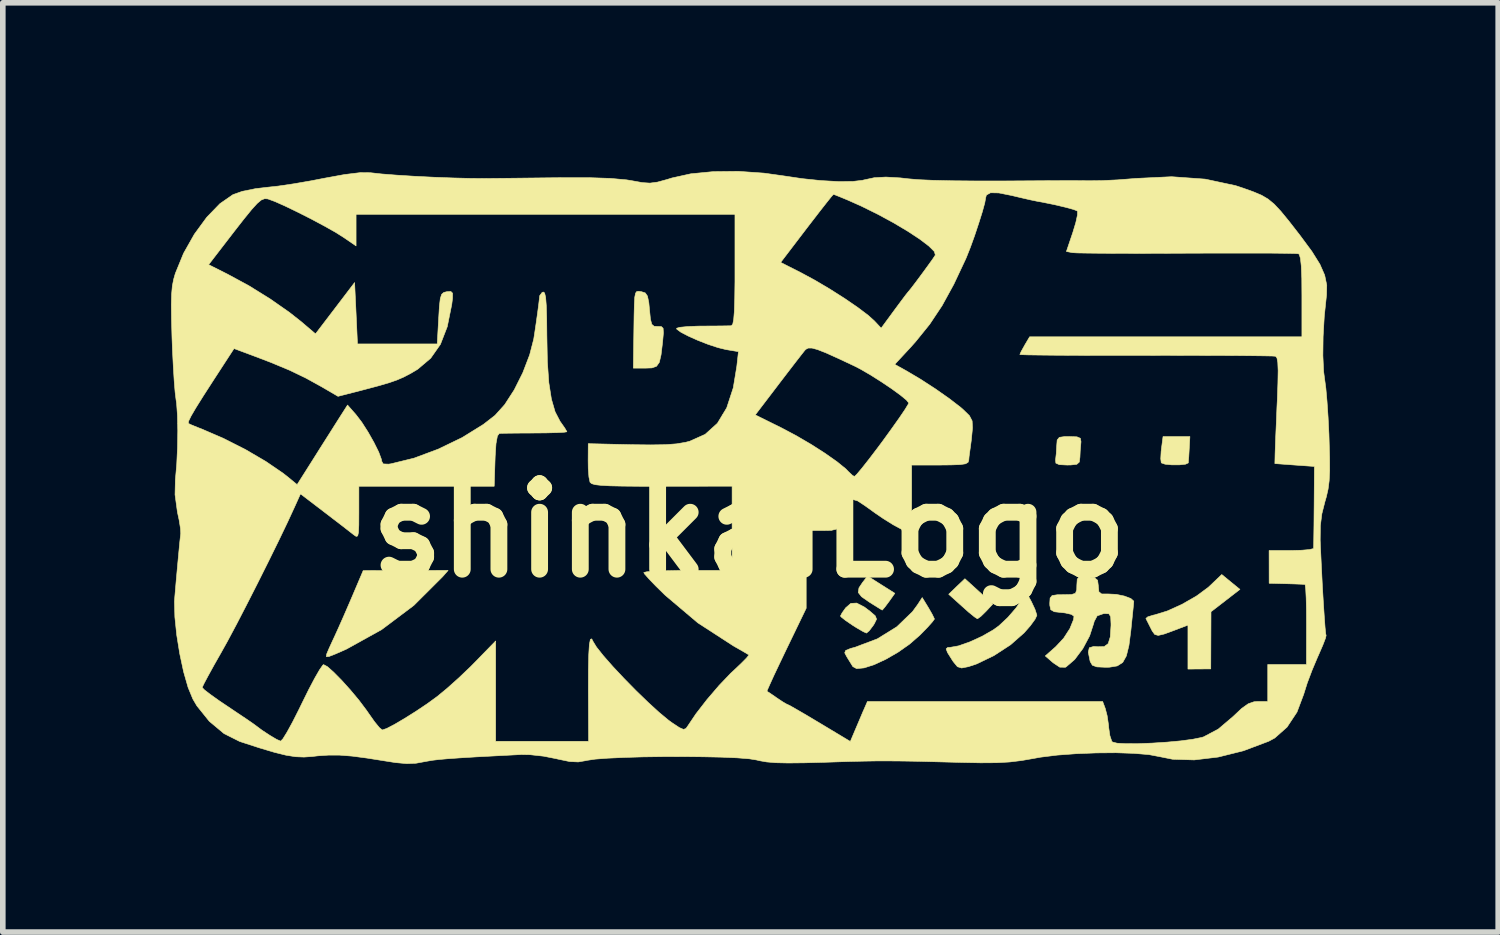
<source format=kicad_pcb>
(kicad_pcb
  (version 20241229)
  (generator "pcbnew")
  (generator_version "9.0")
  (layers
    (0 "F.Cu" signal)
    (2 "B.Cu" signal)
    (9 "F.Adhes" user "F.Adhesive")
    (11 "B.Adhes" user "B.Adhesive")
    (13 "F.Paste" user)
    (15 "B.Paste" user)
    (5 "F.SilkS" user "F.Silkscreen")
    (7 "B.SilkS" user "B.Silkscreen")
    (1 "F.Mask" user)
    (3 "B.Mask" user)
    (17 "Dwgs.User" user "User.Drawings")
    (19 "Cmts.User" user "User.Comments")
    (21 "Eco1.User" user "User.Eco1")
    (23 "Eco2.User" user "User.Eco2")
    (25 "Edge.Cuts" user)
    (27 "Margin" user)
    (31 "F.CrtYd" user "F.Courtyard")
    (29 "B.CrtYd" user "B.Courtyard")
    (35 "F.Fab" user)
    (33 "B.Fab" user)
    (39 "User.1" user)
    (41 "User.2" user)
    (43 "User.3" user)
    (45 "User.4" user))
  (footprint "shinkaiLogo"
    (layer "F.Cu")
    (at 10.309 6.41)
    (property "Reference" "shinkaiLogo" (at 0 0 0) (layer "F.SilkS") (effects (font (size 1.524 1.524) (thickness 0.3))))
    (attr through_hole)
    (fp_poly (pts (xy 4.095 1.085) (xy 4.343 1.311) (xy 4.22 1.443) (xy 4.131 1.53) (xy 4.072 1.572) (xy 4.068 1.573) (xy 4.018 1.541) (xy 3.916 1.458) (xy 3.798 1.353) (xy 3.557 1.136) (xy 3.701 0.997) (xy 3.846 0.859) (xy 4.095 1.085)) (stroke (width 0.01) (type solid)) (fill yes) (layer "F.SilkS"))
    (fp_poly (pts (xy 2.353 0.965) (xy 2.597 1.119) (xy 2.489 1.271) (xy 2.416 1.368) (xy 2.374 1.417) (xy 2.371 1.418) (xy 2.327 1.392) (xy 2.224 1.328) (xy 2.146 1.279) (xy 2.004 1.181) (xy 1.944 1.104) (xy 1.957 1.022) (xy 2.021 0.926) (xy 2.11 0.811) (xy 2.353 0.965)) (stroke (width 0.01) (type solid)) (fill yes) (layer "F.SilkS"))
    (fp_poly (pts (xy 7.846 -1.46) (xy 7.838 -1.318) (xy 7.83 -1.222) (xy 7.829 -1.206) (xy 7.78 -1.183) (xy 7.67 -1.171) (xy 7.535 -1.171) (xy 7.415 -1.183) (xy 7.349 -1.206) (xy 7.347 -1.209) (xy 7.338 -1.28) (xy 7.345 -1.411) (xy 7.351 -1.463) (xy 7.379 -1.676) (xy 7.858 -1.676) (xy 7.846 -1.46)) (stroke (width 0.01) (type solid)) (fill yes) (layer "F.SilkS"))
    (fp_poly (pts (xy -5.466 0.822) (xy -5.98 1.335) (xy -6.555 1.767) (xy -7.183 2.115) (xy -7.376 2.2) (xy -7.493 2.246) (xy -7.54 2.249) (xy -7.536 2.21) (xy -7.532 2.197) (xy -7.493 2.105) (xy -7.428 1.963) (xy -7.391 1.884) (xy -7.322 1.732) (xy -7.229 1.522) (xy -7.128 1.289) (xy -7.082 1.182) (xy -6.883 0.714) (xy -6.126 0.712) (xy -5.369 0.711) (xy -5.466 0.822)) (stroke (width 0.01) (type solid)) (fill yes) (layer "F.SilkS"))
    (fp_poly (pts (xy 2.055 1.365) (xy 2.153 1.439) (xy 2.247 1.52) (xy 2.271 1.58) (xy 2.232 1.66) (xy 2.211 1.693) (xy 2.14 1.787) (xy 2.091 1.828) (xy 2.09 1.828) (xy 2.032 1.802) (xy 1.92 1.737) (xy 1.842 1.688) (xy 1.719 1.604) (xy 1.641 1.542) (xy 1.627 1.524) (xy 1.655 1.47) (xy 1.72 1.378) (xy 1.811 1.299) (xy 1.916 1.293) (xy 2.055 1.365)) (stroke (width 0.01) (type solid)) (fill yes) (layer "F.SilkS"))
    (fp_poly (pts (xy 5.844 -1.671) (xy 5.905 -1.645) (xy 5.916 -1.584) (xy 5.914 -1.562) (xy 5.902 -1.42) (xy 5.897 -1.308) (xy 5.886 -1.221) (xy 5.841 -1.181) (xy 5.734 -1.169) (xy 5.669 -1.168) (xy 5.529 -1.175) (xy 5.468 -1.202) (xy 5.462 -1.257) (xy 5.475 -1.371) (xy 5.483 -1.511) (xy 5.491 -1.614) (xy 5.53 -1.662) (xy 5.627 -1.676) (xy 5.707 -1.676) (xy 5.844 -1.671)) (stroke (width 0.01) (type solid)) (fill yes) (layer "F.SilkS"))
    (fp_poly (pts (xy 8.588 0.917) (xy 8.75 1.049) (xy 8.492 1.249) (xy 8.234 1.448) (xy 8.232 1.958) (xy 8.23 2.467) (xy 7.823 2.47) (xy 7.823 1.686) (xy 7.569 1.783) (xy 7.396 1.846) (xy 7.293 1.87) (xy 7.231 1.853) (xy 7.186 1.791) (xy 7.16 1.74) (xy 7.105 1.631) (xy 7.073 1.568) (xy 7.106 1.539) (xy 7.206 1.508) (xy 7.224 1.505) (xy 7.453 1.435) (xy 7.716 1.316) (xy 7.973 1.169) (xy 8.185 1.013) (xy 8.217 0.983) (xy 8.426 0.784) (xy 8.588 0.917)) (stroke (width 0.01) (type solid)) (fill yes) (layer "F.SilkS"))
    (fp_poly (pts (xy 3.193 1.372) (xy 3.261 1.49) (xy 3.299 1.568) (xy 3.302 1.579) (xy 3.268 1.626) (xy 3.181 1.724) (xy 3.056 1.852) (xy 3.042 1.866) (xy 2.861 2.024) (xy 2.653 2.17) (xy 2.436 2.295) (xy 2.229 2.391) (xy 2.049 2.449) (xy 1.915 2.462) (xy 1.848 2.426) (xy 1.792 2.335) (xy 1.74 2.251) (xy 1.703 2.181) (xy 1.72 2.138) (xy 1.809 2.102) (xy 1.887 2.081) (xy 2.285 1.931) (xy 2.632 1.716) (xy 2.911 1.447) (xy 3.003 1.321) (xy 3.085 1.195) (xy 3.193 1.372)) (stroke (width 0.01) (type solid)) (fill yes) (layer "F.SilkS"))
    (fp_poly (pts (xy -1.921 -4.259) (xy -1.918 -4.258) (xy -1.853 -4.237) (xy -1.814 -4.18) (xy -1.79 -4.064) (xy -1.778 -3.937) (xy -1.761 -3.768) (xy -1.737 -3.677) (xy -1.695 -3.642) (xy -1.633 -3.639) (xy -1.567 -3.637) (xy -1.535 -3.606) (xy -1.53 -3.523) (xy -1.544 -3.365) (xy -1.546 -3.347) (xy -1.572 -3.132) (xy -1.603 -2.999) (xy -1.653 -2.929) (xy -1.734 -2.9) (xy -1.851 -2.896) (xy -2.066 -2.896) (xy -2.057 -3.543) (xy -2.053 -3.83) (xy -2.048 -4.031) (xy -2.041 -4.16) (xy -2.027 -4.232) (xy -2.005 -4.262) (xy -1.971 -4.266) (xy -1.921 -4.259)) (stroke (width 0.01) (type solid)) (fill yes) (layer "F.SilkS"))
    (fp_poly (pts (xy 5.034 1.273) (xy 5.095 1.403) (xy 5.127 1.501) (xy 5.129 1.513) (xy 5.097 1.582) (xy 5.013 1.697) (xy 4.902 1.824) (xy 4.66 2.037) (xy 4.365 2.229) (xy 4.059 2.377) (xy 3.909 2.427) (xy 3.788 2.451) (xy 3.713 2.428) (xy 3.64 2.34) (xy 3.617 2.305) (xy 3.536 2.176) (xy 3.511 2.11) (xy 3.539 2.085) (xy 3.583 2.083) (xy 3.734 2.056) (xy 3.935 1.985) (xy 4.151 1.886) (xy 4.349 1.773) (xy 4.453 1.698) (xy 4.61 1.551) (xy 4.754 1.385) (xy 4.81 1.305) (xy 4.941 1.099) (xy 5.034 1.273)) (stroke (width 0.01) (type solid)) (fill yes) (layer "F.SilkS"))
    (fp_poly (pts (xy 6.032 0.822) (xy 6.158 0.841) (xy 6.212 0.886) (xy 6.225 0.985) (xy 6.225 0.991) (xy 6.235 1.092) (xy 6.284 1.131) (xy 6.402 1.131) (xy 6.403 1.131) (xy 6.544 1.138) (xy 6.689 1.168) (xy 6.805 1.212) (xy 6.857 1.259) (xy 6.857 1.263) (xy 6.852 1.325) (xy 6.838 1.463) (xy 6.818 1.655) (xy 6.806 1.775) (xy 6.771 2.048) (xy 6.725 2.235) (xy 6.66 2.352) (xy 6.563 2.414) (xy 6.423 2.437) (xy 6.348 2.438) (xy 6.198 2.431) (xy 6.119 2.402) (xy 6.081 2.338) (xy 6.077 2.324) (xy 6.046 2.17) (xy 6.064 2.09) (xy 6.142 2.067) (xy 6.216 2.072) (xy 6.33 2.069) (xy 6.401 2.016) (xy 6.438 1.897) (xy 6.451 1.696) (xy 6.451 1.66) (xy 6.445 1.535) (xy 6.413 1.484) (xy 6.333 1.48) (xy 6.314 1.483) (xy 6.205 1.521) (xy 6.151 1.621) (xy 6.144 1.651) (xy 6.07 1.878) (xy 5.949 2.105) (xy 5.803 2.3) (xy 5.652 2.43) (xy 5.638 2.438) (xy 5.537 2.436) (xy 5.42 2.358) (xy 5.279 2.236) (xy 5.466 2.071) (xy 5.606 1.921) (xy 5.718 1.748) (xy 5.783 1.588) (xy 5.791 1.529) (xy 5.746 1.495) (xy 5.632 1.469) (xy 5.575 1.463) (xy 5.44 1.448) (xy 5.377 1.412) (xy 5.36 1.335) (xy 5.359 1.295) (xy 5.365 1.204) (xy 5.401 1.159) (xy 5.494 1.145) (xy 5.601 1.144) (xy 5.746 1.141) (xy 5.817 1.119) (xy 5.84 1.058) (xy 5.842 0.976) (xy 5.849 0.866) (xy 5.888 0.822) (xy 5.991 0.819) (xy 6.032 0.822)) (stroke (width 0.01) (type solid)) (fill yes) (layer "F.SilkS"))
    (fp_poly (pts (xy 0.263 -6.373) (xy 0.599 -6.326) (xy 0.943 -6.275) (xy 1.279 -6.24) (xy 1.585 -6.223) (xy 1.839 -6.224) (xy 2.019 -6.245) (xy 2.038 -6.25) (xy 2.228 -6.291) (xy 2.436 -6.303) (xy 2.695 -6.288) (xy 2.845 -6.271) (xy 3.021 -6.256) (xy 3.275 -6.245) (xy 3.612 -6.237) (xy 4.034 -6.233) (xy 4.549 -6.233) (xy 5.159 -6.237) (xy 5.309 -6.238) (xy 5.567 -6.239) (xy 5.845 -6.239) (xy 6.071 -6.237) (xy 6.297 -6.24) (xy 6.57 -6.253) (xy 6.839 -6.274) (xy 6.883 -6.278) (xy 7.532 -6.309) (xy 8.131 -6.266) (xy 8.673 -6.15) (xy 8.812 -6.104) (xy 8.995 -6.038) (xy 9.135 -5.979) (xy 9.251 -5.911) (xy 9.36 -5.821) (xy 9.479 -5.694) (xy 9.624 -5.517) (xy 9.813 -5.274) (xy 9.825 -5.258) (xy 10.033 -4.977) (xy 10.176 -4.748) (xy 10.261 -4.554) (xy 10.298 -4.376) (xy 10.294 -4.196) (xy 10.292 -4.183) (xy 10.254 -3.821) (xy 10.233 -3.458) (xy 10.229 -3.121) (xy 10.242 -2.839) (xy 10.26 -2.702) (xy 10.282 -2.539) (xy 10.303 -2.302) (xy 10.322 -2.02) (xy 10.337 -1.719) (xy 10.34 -1.616) (xy 10.349 -1.302) (xy 10.35 -1.066) (xy 10.341 -0.886) (xy 10.322 -0.739) (xy 10.291 -0.602) (xy 10.265 -0.513) (xy 10.211 -0.3) (xy 10.184 -0.086) (xy 10.181 0.171) (xy 10.185 0.274) (xy 10.202 0.633) (xy 10.219 0.972) (xy 10.237 1.277) (xy 10.254 1.534) (xy 10.268 1.727) (xy 10.28 1.843) (xy 10.287 1.871) (xy 10.275 1.921) (xy 10.229 2.041) (xy 10.157 2.207) (xy 10.132 2.263) (xy 10.038 2.486) (xy 9.951 2.716) (xy 9.891 2.906) (xy 9.889 2.914) (xy 9.767 3.238) (xy 9.59 3.505) (xy 9.371 3.699) (xy 9.264 3.757) (xy 8.812 3.927) (xy 8.362 4.039) (xy 7.935 4.09) (xy 7.549 4.078) (xy 7.315 4.031) (xy 7.126 3.995) (xy 6.859 3.973) (xy 6.539 3.962) (xy 6.189 3.965) (xy 5.833 3.979) (xy 5.494 4.004) (xy 5.196 4.041) (xy 5.08 4.062) (xy 4.857 4.101) (xy 4.642 4.127) (xy 4.408 4.14) (xy 4.127 4.142) (xy 3.785 4.135) (xy 3.364 4.124) (xy 3.024 4.115) (xy 2.742 4.11) (xy 2.499 4.108) (xy 2.271 4.108) (xy 2.039 4.112) (xy 1.78 4.118) (xy 1.474 4.128) (xy 1.351 4.132) (xy 0.98 4.142) (xy 0.694 4.145) (xy 0.476 4.14) (xy 0.31 4.126) (xy 0.179 4.103) (xy 0.131 4.091) (xy 0.001 4.07) (xy -0.213 4.053) (xy -0.492 4.041) (xy -0.819 4.034) (xy -1.174 4.03) (xy -1.539 4.031) (xy -1.898 4.036) (xy -2.231 4.046) (xy -2.52 4.059) (xy -2.747 4.076) (xy -2.894 4.098) (xy -2.909 4.102) (xy -3.048 4.126) (xy -3.202 4.119) (xy -3.408 4.076) (xy -3.442 4.068) (xy -3.669 4.023) (xy -3.907 3.997) (xy -4.064 3.994) (xy -4.511 4.017) (xy -4.869 4.036) (xy -5.149 4.053) (xy -5.364 4.068) (xy -5.525 4.082) (xy -5.644 4.096) (xy -5.733 4.111) (xy -5.766 4.117) (xy -5.941 4.149) (xy -6.107 4.156) (xy -6.305 4.138) (xy -6.477 4.111) (xy -6.817 4.057) (xy -7.083 4.022) (xy -7.3 4.005) (xy -7.494 4.004) (xy -7.691 4.017) (xy -7.792 4.029) (xy -7.939 4.039) (xy -8.088 4.033) (xy -8.259 4.006) (xy -8.469 3.954) (xy -8.737 3.874) (xy -9.082 3.762) (xy -9.085 3.761) (xy -9.364 3.621) (xy -9.627 3.401) (xy -9.849 3.125) (xy -9.92 3.004) (xy -10.005 2.798) (xy -10.085 2.519) (xy -10.154 2.197) (xy -10.208 1.862) (xy -10.241 1.542) (xy -10.248 1.267) (xy -10.243 1.194) (xy -10.219 0.912) (xy -10.194 0.636) (xy -10.171 0.389) (xy -10.152 0.192) (xy -10.138 0.069) (xy -10.136 0.051) (xy -10.141 -0.037) (xy -10.165 -0.188) (xy -10.195 -0.326) (xy -10.238 -0.64) (xy -10.232 -0.905) (xy -10.208 -1.175) (xy -10.194 -1.476) (xy -10.189 -1.779) (xy -10.192 -1.911) (xy -10.001 -1.911) (xy -9.999 -1.909) (xy -9.946 -1.884) (xy -9.831 -1.837) (xy -9.768 -1.813) (xy -9.376 -1.644) (xy -8.983 -1.445) (xy -8.619 -1.232) (xy -8.313 -1.023) (xy -8.234 -0.961) (xy -8.061 -0.819) (xy -7.782 -1.26) (xy -7.641 -1.484) (xy -7.498 -1.709) (xy -7.376 -1.902) (xy -7.333 -1.97) (xy -7.162 -2.238) (xy -7.011 -2.066) (xy -6.908 -1.931) (xy -6.796 -1.756) (xy -6.691 -1.57) (xy -6.606 -1.399) (xy -6.559 -1.272) (xy -6.553 -1.236) (xy -6.526 -1.188) (xy -6.431 -1.184) (xy -6.388 -1.19) (xy -5.976 -1.291) (xy -5.542 -1.453) (xy -5.118 -1.658) (xy -4.739 -1.893) (xy -4.532 -2.054) (xy -4.36 -2.245) (xy -4.19 -2.508) (xy -4.037 -2.814) (xy -3.915 -3.132) (xy -3.842 -3.414) (xy -3.824 -3.531) (xy -3.799 -3.7) (xy -3.773 -3.885) (xy -3.751 -4.053) (xy -3.738 -4.166) (xy -3.736 -4.187) (xy -3.694 -4.244) (xy -3.672 -4.254) (xy -3.648 -4.236) (xy -3.63 -4.158) (xy -3.618 -4.008) (xy -3.611 -3.776) (xy -3.608 -3.471) (xy -3.599 -3.009) (xy -3.573 -2.637) (xy -3.527 -2.344) (xy -3.461 -2.117) (xy -3.372 -1.946) (xy -3.358 -1.927) (xy -3.287 -1.825) (xy -3.252 -1.765) (xy -3.251 -1.761) (xy -3.299 -1.753) (xy -3.427 -1.746) (xy -3.617 -1.741) (xy -3.823 -1.739) (xy -4.058 -1.738) (xy -4.258 -1.736) (xy -4.399 -1.734) (xy -4.456 -1.732) (xy -4.49 -1.686) (xy -4.515 -1.549) (xy -4.53 -1.318) (xy -4.532 -1.258) (xy -4.547 -0.79) (xy -5.753 -0.79) (xy -6.96 -0.79) (xy -6.96 -0.319) (xy -6.961 -0.101) (xy -6.967 0.033) (xy -6.981 0.096) (xy -7.008 0.105) (xy -7.048 0.078) (xy -7.125 0.018) (xy -7.261 -0.088) (xy -7.435 -0.221) (xy -7.569 -0.324) (xy -8.001 -0.654) (xy -8.097 -0.441) (xy -8.228 -0.157) (xy -8.391 0.183) (xy -8.575 0.557) (xy -8.769 0.945) (xy -8.962 1.324) (xy -9.143 1.674) (xy -9.302 1.972) (xy -9.419 2.182) (xy -9.543 2.4) (xy -9.646 2.587) (xy -9.719 2.724) (xy -9.753 2.795) (xy -9.754 2.799) (xy -9.714 2.841) (xy -9.606 2.924) (xy -9.449 3.036) (xy -9.309 3.13) (xy -9.12 3.257) (xy -8.96 3.364) (xy -8.85 3.44) (xy -8.814 3.466) (xy -8.688 3.56) (xy -8.548 3.652) (xy -8.427 3.724) (xy -8.355 3.755) (xy -8.354 3.755) (xy -8.314 3.713) (xy -8.241 3.595) (xy -8.143 3.416) (xy -8.03 3.193) (xy -7.973 3.076) (xy -7.855 2.837) (xy -7.748 2.634) (xy -7.661 2.483) (xy -7.604 2.401) (xy -7.59 2.39) (xy -7.522 2.426) (xy -7.41 2.525) (xy -7.268 2.669) (xy -7.112 2.842) (xy -6.959 3.025) (xy -6.826 3.202) (xy -6.783 3.264) (xy -6.68 3.41) (xy -6.594 3.515) (xy -6.543 3.556) (xy -6.542 3.556) (xy -6.463 3.529) (xy -6.323 3.456) (xy -6.142 3.349) (xy -5.94 3.222) (xy -5.74 3.088) (xy -5.563 2.959) (xy -5.388 2.815) (xy -5.179 2.628) (xy -4.971 2.43) (xy -4.889 2.347) (xy -4.521 1.969) (xy -4.521 3.759) (xy -2.864 3.759) (xy -2.868 2.845) (xy -2.867 2.478) (xy -2.861 2.209) (xy -2.85 2.031) (xy -2.832 1.94) (xy -2.808 1.931) (xy -2.786 1.975) (xy -2.723 2.078) (xy -2.6 2.233) (xy -2.431 2.425) (xy -2.232 2.637) (xy -2.018 2.855) (xy -1.804 3.062) (xy -1.605 3.244) (xy -1.436 3.384) (xy -1.375 3.428) (xy -1.245 3.514) (xy -1.171 3.546) (xy -1.127 3.529) (xy -1.097 3.487) (xy -0.949 3.267) (xy -0.753 3.014) (xy -0.626 2.866) (xy 0.317 2.866) (xy 0.363 2.895) (xy 0.461 2.962) (xy 0.493 2.985) (xy 0.602 3.057) (xy 0.671 3.097) (xy 0.678 3.099) (xy 0.728 3.123) (xy 0.847 3.191) (xy 1.019 3.291) (xy 1.225 3.414) (xy 1.252 3.43) (xy 1.803 3.761) (xy 1.895 3.544) (xy 1.966 3.377) (xy 2.031 3.223) (xy 2.047 3.188) (xy 2.108 3.048) (xy 6.302 3.048) (xy 6.348 3.17) (xy 6.382 3.3) (xy 6.407 3.469) (xy 6.41 3.513) (xy 6.431 3.657) (xy 6.464 3.755) (xy 6.477 3.771) (xy 6.56 3.792) (xy 6.721 3.801) (xy 6.938 3.8) (xy 7.188 3.79) (xy 7.448 3.773) (xy 7.697 3.75) (xy 7.912 3.721) (xy 8.069 3.689) (xy 8.102 3.679) (xy 8.363 3.541) (xy 8.626 3.318) (xy 8.781 3.172) (xy 8.898 3.089) (xy 9.001 3.053) (xy 9.071 3.048) (xy 9.246 3.048) (xy 9.246 2.388) (xy 9.936 2.388) (xy 9.937 1.676) (xy 9.936 1.42) (xy 9.931 1.205) (xy 9.923 1.047) (xy 9.913 0.967) (xy 9.909 0.961) (xy 9.847 0.957) (xy 9.714 0.952) (xy 9.576 0.948) (xy 9.271 0.94) (xy 9.27 0.356) (xy 9.664 0.356) (xy 9.851 0.351) (xy 9.991 0.339) (xy 10.06 0.322) (xy 10.063 0.318) (xy 10.065 0.255) (xy 10.067 0.111) (xy 10.07 -0.096) (xy 10.072 -0.346) (xy 10.073 -0.432) (xy 10.078 -1.143) (xy 9.726 -1.168) (xy 9.373 -1.194) (xy 9.377 -1.372) (xy 9.381 -1.485) (xy 9.388 -1.677) (xy 9.399 -1.923) (xy 9.41 -2.202) (xy 9.416 -2.319) (xy 9.427 -2.629) (xy 9.431 -2.851) (xy 9.425 -2.996) (xy 9.41 -3.077) (xy 9.386 -3.108) (xy 9.323 -3.112) (xy 9.169 -3.115) (xy 8.935 -3.118) (xy 8.631 -3.121) (xy 8.268 -3.122) (xy 7.857 -3.123) (xy 7.408 -3.124) (xy 7.074 -3.123) (xy 6.607 -3.123) (xy 6.173 -3.123) (xy 5.782 -3.124) (xy 5.444 -3.126) (xy 5.17 -3.129) (xy 4.969 -3.132) (xy 4.852 -3.136) (xy 4.826 -3.139) (xy 4.849 -3.192) (xy 4.906 -3.294) (xy 4.913 -3.307) (xy 5 -3.454) (xy 9.855 -3.454) (xy 9.855 -4.186) (xy 9.853 -4.496) (xy 9.844 -4.715) (xy 9.829 -4.854) (xy 9.807 -4.924) (xy 9.792 -4.936) (xy 9.728 -4.94) (xy 9.575 -4.943) (xy 9.342 -4.946) (xy 9.043 -4.947) (xy 8.688 -4.947) (xy 8.29 -4.947) (xy 7.858 -4.945) (xy 7.798 -4.945) (xy 7.361 -4.943) (xy 6.953 -4.942) (xy 6.586 -4.943) (xy 6.272 -4.944) (xy 6.023 -4.947) (xy 5.85 -4.95) (xy 5.765 -4.955) (xy 5.762 -4.955) (xy 5.656 -4.976) (xy 5.772 -5.32) (xy 5.824 -5.493) (xy 5.853 -5.627) (xy 5.854 -5.695) (xy 5.852 -5.697) (xy 5.784 -5.725) (xy 5.641 -5.764) (xy 5.447 -5.81) (xy 5.226 -5.855) (xy 5.131 -5.872) (xy 5.015 -5.896) (xy 4.841 -5.936) (xy 4.681 -5.974) (xy 4.451 -6.02) (xy 4.303 -6.023) (xy 4.229 -5.982) (xy 4.216 -5.932) (xy 4.2 -5.841) (xy 4.156 -5.681) (xy 4.092 -5.478) (xy 4.019 -5.258) (xy 3.943 -5.048) (xy 3.873 -4.872) (xy 3.862 -4.846) (xy 3.648 -4.391) (xy 3.439 -4.01) (xy 3.218 -3.678) (xy 2.969 -3.37) (xy 2.871 -3.26) (xy 2.595 -2.963) (xy 2.809 -2.844) (xy 3.057 -2.697) (xy 3.322 -2.525) (xy 3.571 -2.35) (xy 3.772 -2.195) (xy 3.814 -2.158) (xy 3.926 -2.049) (xy 3.975 -1.955) (xy 3.981 -1.831) (xy 3.976 -1.773) (xy 3.96 -1.61) (xy 3.942 -1.475) (xy 3.938 -1.448) (xy 3.92 -1.315) (xy 3.915 -1.257) (xy 3.903 -1.217) (xy 3.857 -1.19) (xy 3.761 -1.176) (xy 3.595 -1.17) (xy 3.404 -1.168) (xy 2.896 -1.168) (xy 2.896 -0.584) (xy 2.895 -0.333) (xy 2.89 -0.167) (xy 2.877 -0.068) (xy 2.855 -0.018) (xy 2.819 -0.002) (xy 2.79 0) (xy 2.706 -0.028) (xy 2.564 -0.105) (xy 2.385 -0.217) (xy 2.256 -0.305) (xy 2.061 -0.445) (xy 1.933 -0.529) (xy 1.85 -0.553) (xy 1.792 -0.513) (xy 1.738 -0.404) (xy 1.669 -0.224) (xy 1.655 -0.191) (xy 1.608 -0.082) (xy 1.554 -0.025) (xy 1.463 -0.003) (xy 1.303 -0.000001) (xy 1.298 0) (xy 1.016 0) (xy 1.016 1.386) (xy 0.66 2.123) (xy 0.541 2.372) (xy 0.44 2.585) (xy 0.366 2.748) (xy 0.323 2.845) (xy 0.317 2.866) (xy -0.626 2.866) (xy -0.538 2.763) (xy -0.332 2.547) (xy -0.28 2.499) (xy -0.145 2.371) (xy -0.048 2.273) (xy -0.006 2.221) (xy -0.006 2.217) (xy -0.057 2.186) (xy -0.17 2.121) (xy -0.279 2.059) (xy -0.916 1.646) (xy -1.495 1.156) (xy -1.509 1.143) (xy -1.665 0.99) (xy -1.788 0.862) (xy -1.864 0.776) (xy -1.88 0.749) (xy -1.832 0.736) (xy -1.699 0.725) (xy -1.5 0.717) (xy -1.251 0.712) (xy -1.092 0.711) (xy -0.305 0.711) (xy -0.305 -0.791) (xy -1.554 -0.789) (xy -1.95 -0.789) (xy -2.256 -0.792) (xy -2.483 -0.797) (xy -2.643 -0.806) (xy -2.748 -0.818) (xy -2.808 -0.836) (xy -2.837 -0.859) (xy -2.839 -0.864) (xy -2.858 -0.954) (xy -2.87 -1.107) (xy -2.872 -1.245) (xy -2.87 -1.549) (xy -2.101 -1.531) (xy -1.759 -1.527) (xy -1.497 -1.531) (xy -1.296 -1.546) (xy -1.136 -1.573) (xy -1.059 -1.593) (xy -0.785 -1.716) (xy -0.567 -1.913) (xy -0.477 -2.062) (xy 0.108 -2.062) (xy 0.579 -1.829) (xy 0.839 -1.691) (xy 1.104 -1.536) (xy 1.354 -1.376) (xy 1.567 -1.226) (xy 1.722 -1.1) (xy 1.774 -1.046) (xy 1.845 -0.98) (xy 1.878 -0.965) (xy 1.919 -1.004) (xy 2.009 -1.111) (xy 2.136 -1.272) (xy 2.289 -1.473) (xy 2.38 -1.595) (xy 2.54 -1.816) (xy 2.677 -2.009) (xy 2.779 -2.16) (xy 2.836 -2.254) (xy 2.845 -2.275) (xy 2.804 -2.326) (xy 2.696 -2.415) (xy 2.541 -2.528) (xy 2.358 -2.651) (xy 2.167 -2.772) (xy 1.99 -2.875) (xy 1.88 -2.932) (xy 1.588 -3.069) (xy 1.373 -3.166) (xy 1.221 -3.226) (xy 1.119 -3.254) (xy 1.053 -3.254) (xy 1.009 -3.231) (xy 0.99 -3.211) (xy 0.933 -3.139) (xy 0.828 -3.004) (xy 0.691 -2.826) (xy 0.534 -2.621) (xy 0.513 -2.593) (xy 0.108 -2.062) (xy -0.477 -2.062) (xy -0.401 -2.188) (xy -0.284 -2.546) (xy -0.221 -2.928) (xy -0.192 -3.19) (xy -0.414 -3.227) (xy -0.557 -3.262) (xy -0.733 -3.32) (xy -0.917 -3.392) (xy -1.087 -3.468) (xy -1.219 -3.537) (xy -1.29 -3.589) (xy -1.295 -3.607) (xy -1.237 -3.624) (xy -1.102 -3.637) (xy -0.915 -3.645) (xy -0.827 -3.646) (xy -0.618 -3.647) (xy -0.446 -3.649) (xy -0.337 -3.651) (xy -0.318 -3.652) (xy -0.294 -3.679) (xy -0.277 -3.761) (xy -0.265 -3.909) (xy -0.258 -4.132) (xy -0.254 -4.441) (xy -0.254 -4.648) (xy -0.254 -4.781) (xy 0.561 -4.781) (xy 0.928 -4.595) (xy 1.174 -4.462) (xy 1.439 -4.305) (xy 1.699 -4.14) (xy 1.934 -3.979) (xy 2.121 -3.838) (xy 2.23 -3.74) (xy 2.353 -3.609) (xy 2.585 -3.925) (xy 2.699 -4.079) (xy 2.789 -4.199) (xy 2.84 -4.263) (xy 2.844 -4.267) (xy 2.888 -4.321) (xy 2.972 -4.431) (xy 3.076 -4.571) (xy 3.182 -4.716) (xy 3.269 -4.837) (xy 3.318 -4.911) (xy 3.319 -4.912) (xy 3.301 -4.975) (xy 3.204 -5.072) (xy 3.041 -5.196) (xy 2.827 -5.337) (xy 2.573 -5.488) (xy 2.294 -5.639) (xy 2.003 -5.783) (xy 1.761 -5.891) (xy 1.621 -5.949) (xy 1.525 -5.987) (xy 1.501 -5.994) (xy 1.467 -5.956) (xy 1.383 -5.851) (xy 1.259 -5.693) (xy 1.107 -5.496) (xy 1.024 -5.388) (xy 0.561 -4.781) (xy -0.254 -4.781) (xy -0.254 -5.639) (xy -7.01 -5.639) (xy -7.01 -5.075) (xy -7.229 -5.225) (xy -7.376 -5.318) (xy -7.577 -5.431) (xy -7.809 -5.555) (xy -8.048 -5.676) (xy -8.271 -5.784) (xy -8.455 -5.866) (xy -8.577 -5.911) (xy -8.587 -5.914) (xy -8.641 -5.917) (xy -8.7 -5.894) (xy -8.773 -5.833) (xy -8.873 -5.723) (xy -9.012 -5.552) (xy -9.176 -5.342) (xy -9.639 -4.741) (xy -9.303 -4.572) (xy -8.924 -4.367) (xy -8.545 -4.132) (xy -8.201 -3.892) (xy -7.994 -3.729) (xy -7.733 -3.507) (xy -7.384 -3.965) (xy -7.036 -4.422) (xy -7.01 -3.874) (xy -6.985 -3.327) (xy -6.274 -3.327) (xy -5.563 -3.327) (xy -5.537 -3.785) (xy -5.524 -4.002) (xy -5.508 -4.138) (xy -5.484 -4.212) (xy -5.445 -4.246) (xy -5.391 -4.259) (xy -5.32 -4.263) (xy -5.289 -4.232) (xy -5.29 -4.142) (xy -5.304 -4.03) (xy -5.384 -3.635) (xy -5.506 -3.32) (xy -5.68 -3.072) (xy -5.913 -2.875) (xy -6.034 -2.803) (xy -6.158 -2.738) (xy -6.28 -2.685) (xy -6.423 -2.635) (xy -6.612 -2.58) (xy -6.868 -2.512) (xy -6.956 -2.489) (xy -7.332 -2.393) (xy -7.623 -2.563) (xy -7.902 -2.717) (xy -8.192 -2.857) (xy -8.528 -2.997) (xy -8.797 -3.1) (xy -9.186 -3.245) (xy -9.539 -2.702) (xy -9.728 -2.409) (xy -9.864 -2.192) (xy -9.952 -2.042) (xy -9.996 -1.951) (xy -10.001 -1.911) (xy -10.192 -1.911) (xy -10.195 -2.053) (xy -10.21 -2.268) (xy -10.22 -2.334) (xy -10.236 -2.461) (xy -10.253 -2.667) (xy -10.269 -2.929) (xy -10.284 -3.226) (xy -10.292 -3.439) (xy -10.301 -3.774) (xy -10.304 -4.027) (xy -10.299 -4.217) (xy -10.286 -4.362) (xy -10.262 -4.483) (xy -10.233 -4.584) (xy -10.086 -4.943) (xy -9.894 -5.283) (xy -9.673 -5.585) (xy -9.438 -5.828) (xy -9.206 -5.989) (xy -9.037 -6.049) (xy -8.803 -6.096) (xy -8.609 -6.119) (xy -8.391 -6.143) (xy -8.113 -6.184) (xy -7.813 -6.236) (xy -7.581 -6.281) (xy -7.215 -6.348) (xy -6.935 -6.382) (xy -6.745 -6.38) (xy -6.743 -6.379) (xy -6.552 -6.358) (xy -6.285 -6.337) (xy -5.968 -6.317) (xy -5.626 -6.3) (xy -5.285 -6.287) (xy -4.971 -6.279) (xy -4.724 -6.277) (xy -4.507 -6.279) (xy -4.217 -6.282) (xy -3.884 -6.286) (xy -3.539 -6.29) (xy -3.327 -6.292) (xy -2.853 -6.292) (xy -2.472 -6.279) (xy -2.186 -6.253) (xy -2.083 -6.236) (xy -1.906 -6.204) (xy -1.77 -6.195) (xy -1.635 -6.213) (xy -1.46 -6.261) (xy -1.376 -6.287) (xy -1.042 -6.361) (xy -0.64 -6.4) (xy -0.196 -6.405) (xy 0.263 -6.373)) (stroke (width 0.01) (type solid)) (fill yes) (layer "F.SilkS")))
  (gr_rect
    (start -3 -3)
    (end 23.664 13.57)
    (stroke (width 0.1) (type default))
    (fill no)
    (layer "Edge.Cuts")))
</source>
